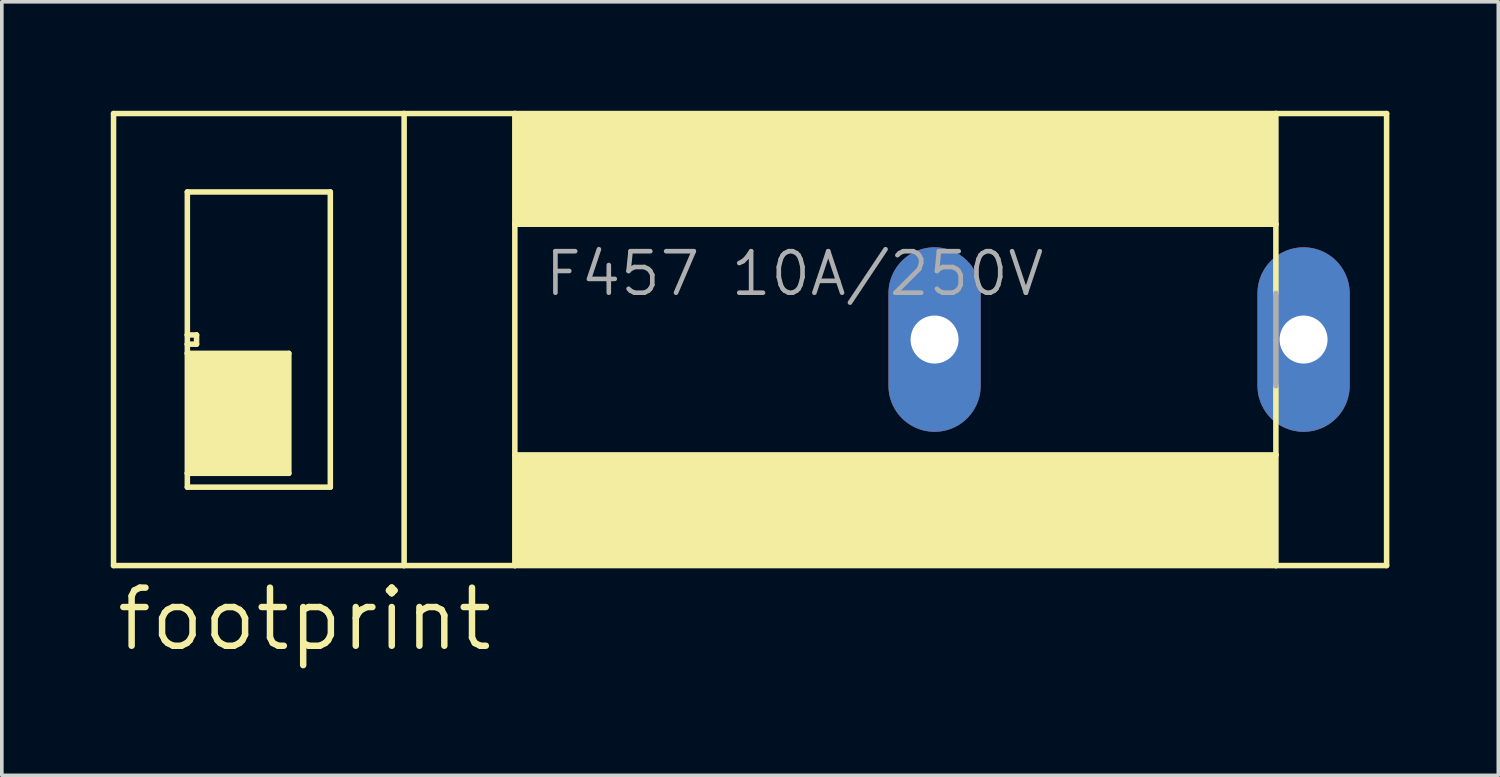
<source format=kicad_pcb>
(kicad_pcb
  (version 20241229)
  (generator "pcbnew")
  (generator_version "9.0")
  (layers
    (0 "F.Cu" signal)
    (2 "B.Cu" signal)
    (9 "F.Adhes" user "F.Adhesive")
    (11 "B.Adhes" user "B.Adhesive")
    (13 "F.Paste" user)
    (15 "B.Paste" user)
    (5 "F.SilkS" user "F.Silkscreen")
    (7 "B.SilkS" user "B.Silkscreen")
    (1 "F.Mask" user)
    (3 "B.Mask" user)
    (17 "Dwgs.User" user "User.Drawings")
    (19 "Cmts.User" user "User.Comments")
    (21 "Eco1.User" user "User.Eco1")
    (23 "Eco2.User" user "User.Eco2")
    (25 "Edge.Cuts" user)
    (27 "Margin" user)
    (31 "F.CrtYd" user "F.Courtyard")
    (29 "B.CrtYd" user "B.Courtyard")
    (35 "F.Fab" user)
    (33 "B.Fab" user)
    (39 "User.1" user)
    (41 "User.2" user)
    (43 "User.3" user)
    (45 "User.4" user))
  (footprint "footprint"
    (layer "F.Cu")
    (at 27.762 6.299)
    (property "Reference" "footprint" (at -27.686 8.636 0) (layer "F.SilkS") (effects (font (size 1.6 1.6) (thickness 0.178)) (justify left bottom)))
    (fp_line (start -27.686 6.223) (end -27.686 -6.223) (stroke (width 0.152) (type solid)) (layer "F.SilkS"))
    (fp_line (start -27.686 6.223) (end -19.685 6.223) (stroke (width 0.152) (type solid)) (layer "F.SilkS"))
    (fp_line (start -25.654 -0.127) (end -25.654 -4.064) (stroke (width 0.152) (type solid)) (layer "F.SilkS"))
    (fp_line (start -25.654 0.127) (end -25.654 -0.127) (stroke (width 0.152) (type solid)) (layer "F.SilkS"))
    (fp_line (start -25.654 0.127) (end -25.4 0.127) (stroke (width 0.152) (type solid)) (layer "F.SilkS"))
    (fp_line (start -25.654 0.381) (end -25.654 0.127) (stroke (width 0.152) (type solid)) (layer "F.SilkS"))
    (fp_line (start -25.654 3.683) (end -25.654 0.381) (stroke (width 0.152) (type solid)) (layer "F.SilkS"))
    (fp_line (start -25.654 3.683) (end -22.86 3.683) (stroke (width 0.152) (type solid)) (layer "F.SilkS"))
    (fp_line (start -25.654 4.064) (end -25.654 3.683) (stroke (width 0.152) (type solid)) (layer "F.SilkS"))
    (fp_line (start -25.654 4.064) (end -21.717 4.064) (stroke (width 0.152) (type solid)) (layer "F.SilkS"))
    (fp_line (start -25.4 -0.127) (end -25.654 -0.127) (stroke (width 0.152) (type solid)) (layer "F.SilkS"))
    (fp_line (start -25.4 -0.127) (end -25.4 0.127) (stroke (width 0.152) (type solid)) (layer "F.SilkS"))
    (fp_line (start -22.86 0.381) (end -25.654 0.381) (stroke (width 0.152) (type solid)) (layer "F.SilkS"))
    (fp_line (start -22.86 0.381) (end -22.86 3.683) (stroke (width 0.152) (type solid)) (layer "F.SilkS"))
    (fp_line (start -21.717 -4.064) (end -25.654 -4.064) (stroke (width 0.152) (type solid)) (layer "F.SilkS"))
    (fp_line (start -21.717 -4.064) (end -21.717 4.064) (stroke (width 0.152) (type solid)) (layer "F.SilkS"))
    (fp_line (start -19.685 -6.223) (end -27.686 -6.223) (stroke (width 0.152) (type solid)) (layer "F.SilkS"))
    (fp_line (start -19.685 -6.223) (end -19.685 6.223) (stroke (width 0.152) (type solid)) (layer "F.SilkS"))
    (fp_line (start -19.685 6.223) (end -16.637 6.223) (stroke (width 0.152) (type solid)) (layer "F.SilkS"))
    (fp_line (start -16.637 -6.223) (end -19.685 -6.223) (stroke (width 0.152) (type solid)) (layer "F.SilkS"))
    (fp_line (start -16.637 -6.223) (end -16.637 -3.175) (stroke (width 0.152) (type solid)) (layer "F.SilkS"))
    (fp_line (start -16.637 -3.175) (end -16.637 6.223) (stroke (width 0.152) (type solid)) (layer "F.SilkS"))
    (fp_line (start -16.637 6.223) (end 4.318 6.223) (stroke (width 0.152) (type solid)) (layer "F.SilkS"))
    (fp_line (start 4.318 -6.223) (end -16.637 -6.223) (stroke (width 0.152) (type solid)) (layer "F.SilkS"))
    (fp_line (start 4.318 -6.223) (end 4.318 -3.175) (stroke (width 0.152) (type solid)) (layer "F.SilkS"))
    (fp_line (start 4.318 -3.175) (end -16.637 -3.175) (stroke (width 0.152) (type solid)) (layer "F.SilkS"))
    (fp_line (start 4.318 -3.175) (end 4.318 -1.27) (stroke (width 0.152) (type solid)) (layer "F.SilkS"))
    (fp_line (start 4.318 1.27) (end 4.318 3.175) (stroke (width 0.152) (type solid)) (layer "F.SilkS"))
    (fp_line (start 4.318 3.175) (end -16.637 3.175) (stroke (width 0.152) (type solid)) (layer "F.SilkS"))
    (fp_line (start 4.318 3.175) (end 4.318 6.223) (stroke (width 0.152) (type solid)) (layer "F.SilkS"))
    (fp_line (start 4.318 6.223) (end 7.366 6.223) (stroke (width 0.152) (type solid)) (layer "F.SilkS"))
    (fp_line (start 7.366 -6.223) (end 4.318 -6.223) (stroke (width 0.152) (type solid)) (layer "F.SilkS"))
    (fp_line (start 7.366 -6.223) (end 7.366 6.223) (stroke (width 0.152) (type solid)) (layer "F.SilkS"))
    (fp_poly (pts (xy -25.654 3.683) (xy -22.86 3.683) (xy -22.86 0.381) (xy -25.654 0.381)) (stroke (width 0) (type solid)) (fill yes) (layer "F.SilkS"))
    (fp_poly (pts (xy -16.637 -3.175) (xy 4.318 -3.175) (xy 4.318 -6.223) (xy -16.637 -6.223)) (stroke (width 0) (type solid)) (fill yes) (layer "F.SilkS"))
    (fp_poly (pts (xy -16.637 6.223) (xy 4.318 6.223) (xy 4.318 3.175) (xy -16.637 3.175)) (stroke (width 0) (type solid)) (fill yes) (layer "F.SilkS"))
    (fp_line (start 4.318 -1.27) (end 4.318 1.27) (stroke (width 0.152) (type solid)) (layer "F.Fab"))
    (fp_text user "F457 10A/250V" (at -15.875 -1.143 0) (layer "F.Fab") (effects (font (size 1.143 1.143) (thickness 0.127)) (justify left bottom)))
    (pad "1" thru_hole oval (at -5.08 0 90) (size 5.08 2.54) (drill 1.321) (layers "*.Cu" "*.Mask"))
    (pad "2" thru_hole oval (at 5.08 0 90) (size 5.08 2.54) (drill 1.321) (layers "*.Cu" "*.Mask")))
  (gr_rect
    (start -3 -3)
    (end 38.204 18.298)
    (stroke (width 0.1) (type default))
    (fill no)
    (layer "Edge.Cuts")))
</source>
